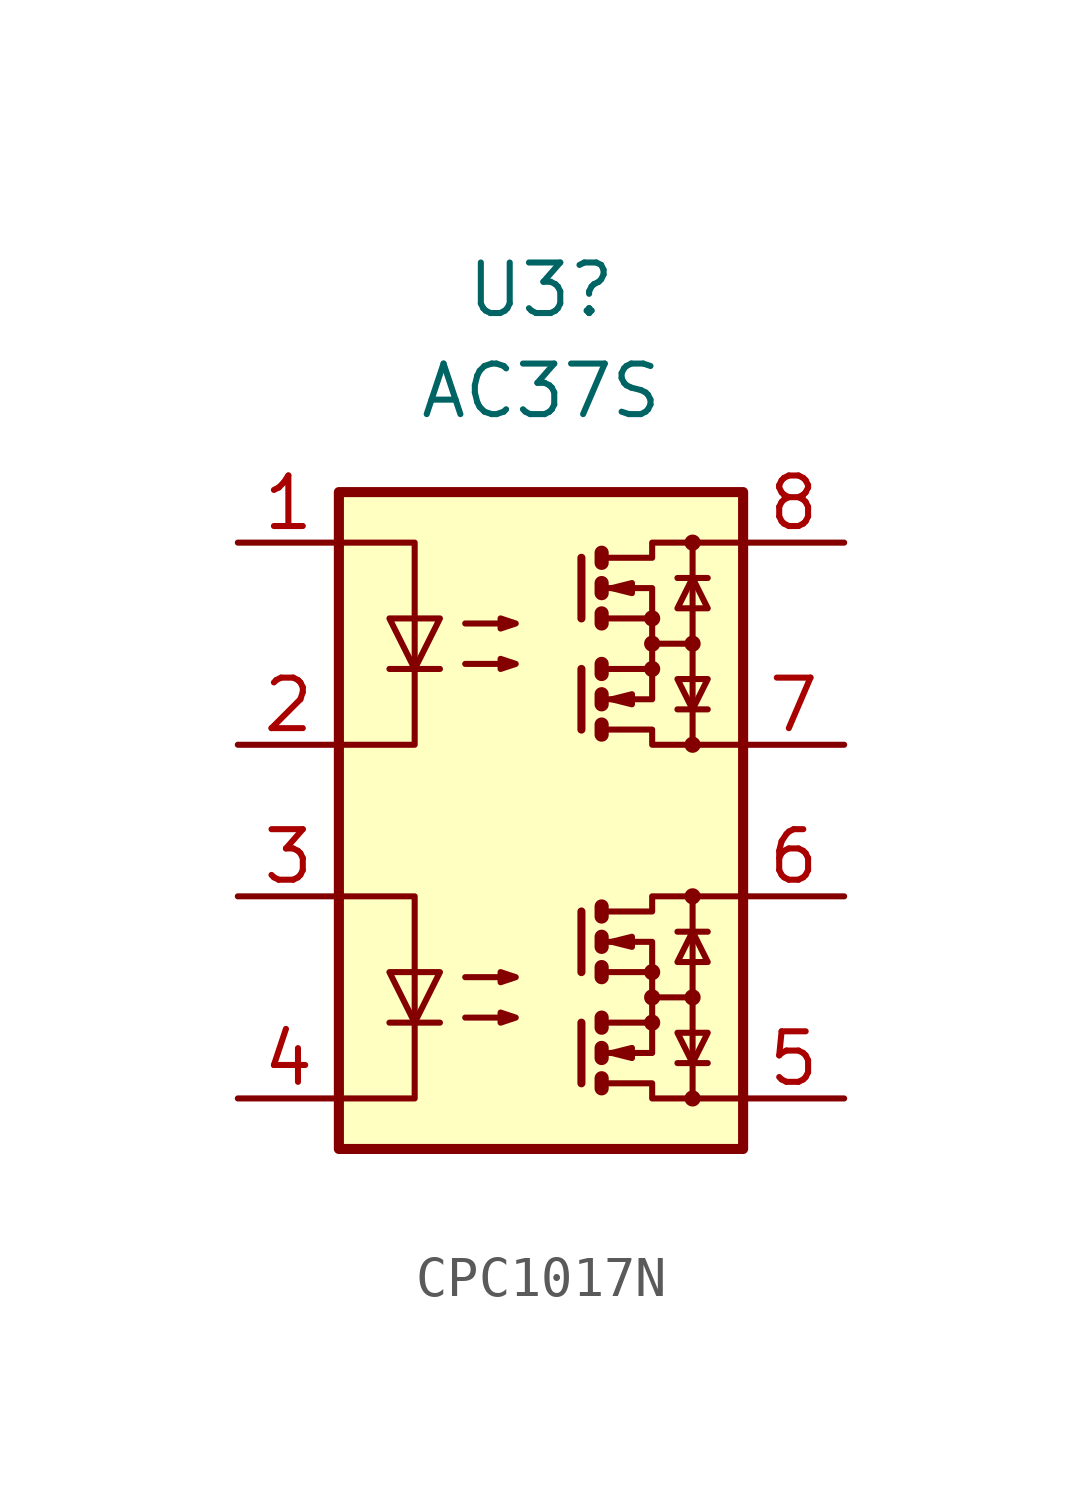
<source format=kicad_sym>
(kicad_symbol_lib
  (version 20231120)
  (generator "kicad_symbol_editor")
  (generator_version "8.0")
  (symbol "CPC1017N"
    (property "Reference" "U3"
      (at 0 8.89 0)
      (effects (font (size 1.27 1.27))))
    (property "Value" "AC37S"
      (at 0 6.35 0)
      (effects (font (size 1.27 1.27))))
    (symbol "CPC1017N_0_1"
      (rectangle (start -5.08 3.81) (end 5.08 -12.7) (stroke (width 0.254) (type default)) (fill (type background)))
      (polyline (pts (xy -3.81 -9.525) (xy -2.54 -9.525)) (stroke (width 0) (type default)) (fill (type none)))
      (polyline (pts (xy -3.81 -0.635) (xy -2.54 -0.635)) (stroke (width 0) (type default)) (fill (type none)))
      (polyline (pts (xy 1.016 -9.525) (xy 1.016 -11.049)) (stroke (width 0.203) (type default)) (fill (type none)))
      (polyline (pts (xy 1.016 -6.731) (xy 1.016 -8.255)) (stroke (width 0.203) (type default)) (fill (type none)))
      (polyline (pts (xy 1.016 -0.635) (xy 1.016 -2.159)) (stroke (width 0.203) (type default)) (fill (type none)))
      (polyline (pts (xy 1.016 2.159) (xy 1.016 0.635)) (stroke (width 0.203) (type default)) (fill (type none)))
      (polyline (pts (xy 1.524 -9.398) (xy 1.524 -9.652)) (stroke (width 0.356) (type default)) (fill (type none)))
      (polyline (pts (xy 1.524 -0.508) (xy 1.524 -0.762)) (stroke (width 0.356) (type default)) (fill (type none)))
      (polyline (pts (xy 2.794 -8.89) (xy 3.81 -8.89)) (stroke (width 0) (type default)) (fill (type none)))
      (polyline (pts (xy 2.794 0) (xy 3.81 0)) (stroke (width 0) (type default)) (fill (type none)))
      (polyline (pts (xy 3.429 -10.541) (xy 4.191 -10.541)) (stroke (width 0) (type default)) (fill (type none)))
      (polyline (pts (xy 3.429 -7.239) (xy 4.191 -7.239)) (stroke (width 0) (type default)) (fill (type none)))
      (polyline (pts (xy 3.429 -1.651) (xy 4.191 -1.651)) (stroke (width 0) (type default)) (fill (type none)))
      (polyline (pts (xy 3.429 1.651) (xy 4.191 1.651)) (stroke (width 0) (type default)) (fill (type none)))
      (polyline (pts (xy 3.81 -11.43) (xy 3.81 -6.35)) (stroke (width 0) (type default)) (fill (type none)))
      (polyline (pts (xy 3.81 -2.54) (xy 3.81 2.54)) (stroke (width 0) (type default)) (fill (type none)))
      (polyline (pts (xy 1.524 -10.922) (xy 1.524 -11.176) (xy 1.524 -11.176)) (stroke (width 0.356) (type default)) (fill (type none)))
      (polyline (pts (xy 1.524 -10.16) (xy 1.524 -10.414) (xy 1.524 -10.414)) (stroke (width 0.356) (type default)) (fill (type none)))
      (polyline (pts (xy 1.524 -8.128) (xy 1.524 -8.382) (xy 1.524 -8.382)) (stroke (width 0.356) (type default)) (fill (type none)))
      (polyline (pts (xy 1.524 -7.366) (xy 1.524 -7.62) (xy 1.524 -7.62)) (stroke (width 0.356) (type default)) (fill (type none)))
      (polyline (pts (xy 1.524 -6.604) (xy 1.524 -6.858) (xy 1.524 -6.858)) (stroke (width 0.356) (type default)) (fill (type none)))
      (polyline (pts (xy 1.524 -2.032) (xy 1.524 -2.286) (xy 1.524 -2.286)) (stroke (width 0.356) (type default)) (fill (type none)))
      (polyline (pts (xy 1.524 -1.27) (xy 1.524 -1.524) (xy 1.524 -1.524)) (stroke (width 0.356) (type default)) (fill (type none)))
      (polyline (pts (xy 1.524 0.762) (xy 1.524 0.508) (xy 1.524 0.508)) (stroke (width 0.356) (type default)) (fill (type none)))
      (polyline (pts (xy 1.524 1.524) (xy 1.524 1.27) (xy 1.524 1.27)) (stroke (width 0.356) (type default)) (fill (type none)))
      (polyline (pts (xy 1.524 2.286) (xy 1.524 2.032) (xy 1.524 2.032)) (stroke (width 0.356) (type default)) (fill (type none)))
      (polyline (pts (xy 1.651 -10.287) (xy 2.794 -10.287) (xy 2.794 -9.525)) (stroke (width 0) (type default)) (fill (type none)))
      (polyline (pts (xy 1.651 -7.493) (xy 2.794 -7.493) (xy 2.794 -8.255)) (stroke (width 0) (type default)) (fill (type none)))
      (polyline (pts (xy 1.651 -1.397) (xy 2.794 -1.397) (xy 2.794 -0.635)) (stroke (width 0) (type default)) (fill (type none)))
      (polyline (pts (xy 1.651 1.397) (xy 2.794 1.397) (xy 2.794 0.635)) (stroke (width 0) (type default)) (fill (type none)))
      (polyline (pts (xy -5.08 -6.35) (xy -3.175 -6.35) (xy -3.175 -11.43) (xy -5.08 -11.43)) (stroke (width 0) (type default)) (fill (type none)))
      (polyline (pts (xy -5.08 2.54) (xy -3.175 2.54) (xy -3.175 -2.54) (xy -5.08 -2.54)) (stroke (width 0) (type default)) (fill (type none)))
      (polyline (pts (xy -3.175 -9.525) (xy -3.81 -8.255) (xy -2.54 -8.255) (xy -3.175 -9.525)) (stroke (width 0) (type default)) (fill (type none)))
      (polyline (pts (xy -3.175 -0.635) (xy -3.81 0.635) (xy -2.54 0.635) (xy -3.175 -0.635)) (stroke (width 0) (type default)) (fill (type none)))
      (polyline (pts (xy 1.651 -11.049) (xy 2.794 -11.049) (xy 2.794 -11.43) (xy 5.08 -11.43)) (stroke (width 0) (type default)) (fill (type none)))
      (polyline (pts (xy 1.651 -9.525) (xy 2.794 -9.525) (xy 2.794 -8.255) (xy 1.651 -8.255)) (stroke (width 0) (type default)) (fill (type none)))
      (polyline (pts (xy 1.651 -6.731) (xy 2.794 -6.731) (xy 2.794 -6.35) (xy 5.08 -6.35)) (stroke (width 0) (type default)) (fill (type none)))
      (polyline (pts (xy 1.651 -2.159) (xy 2.794 -2.159) (xy 2.794 -2.54) (xy 5.08 -2.54)) (stroke (width 0) (type default)) (fill (type none)))
      (polyline (pts (xy 1.651 -0.635) (xy 2.794 -0.635) (xy 2.794 0.635) (xy 1.651 0.635)) (stroke (width 0) (type default)) (fill (type none)))
      (polyline (pts (xy 1.651 2.159) (xy 2.794 2.159) (xy 2.794 2.54) (xy 5.08 2.54)) (stroke (width 0) (type default)) (fill (type none)))
      (polyline (pts (xy 1.778 -10.287) (xy 2.286 -10.16) (xy 2.286 -10.414) (xy 1.778 -10.287)) (stroke (width 0) (type default)) (fill (type none)))
      (polyline (pts (xy 1.778 -7.493) (xy 2.286 -7.366) (xy 2.286 -7.62) (xy 1.778 -7.493)) (stroke (width 0) (type default)) (fill (type none)))
      (polyline (pts (xy 1.778 -1.397) (xy 2.286 -1.27) (xy 2.286 -1.524) (xy 1.778 -1.397)) (stroke (width 0) (type default)) (fill (type none)))
      (polyline (pts (xy 1.778 1.397) (xy 2.286 1.524) (xy 2.286 1.27) (xy 1.778 1.397)) (stroke (width 0) (type default)) (fill (type none)))
      (polyline (pts (xy 3.81 -10.541) (xy 3.429 -9.779) (xy 4.191 -9.779) (xy 3.81 -10.541)) (stroke (width 0) (type default)) (fill (type none)))
      (polyline (pts (xy 3.81 -7.239) (xy 3.429 -8.001) (xy 4.191 -8.001) (xy 3.81 -7.239)) (stroke (width 0) (type default)) (fill (type none)))
      (polyline (pts (xy 3.81 -1.651) (xy 3.429 -0.889) (xy 4.191 -0.889) (xy 3.81 -1.651)) (stroke (width 0) (type default)) (fill (type none)))
      (polyline (pts (xy 3.81 1.651) (xy 3.429 0.889) (xy 4.191 0.889) (xy 3.81 1.651)) (stroke (width 0) (type default)) (fill (type none)))
      (polyline (pts (xy -1.905 -9.398) (xy -0.635 -9.398) (xy -1.016 -9.525) (xy -1.016 -9.271) (xy -0.635 -9.398)) (stroke (width 0) (type default)) (fill (type none)))
      (polyline (pts (xy -1.905 -8.382) (xy -0.635 -8.382) (xy -1.016 -8.509) (xy -1.016 -8.255) (xy -0.635 -8.382)) (stroke (width 0) (type default)) (fill (type none)))
      (polyline (pts (xy -1.905 -0.508) (xy -0.635 -0.508) (xy -1.016 -0.635) (xy -1.016 -0.381) (xy -0.635 -0.508)) (stroke (width 0) (type default)) (fill (type none)))
      (polyline (pts (xy -1.905 0.508) (xy -0.635 0.508) (xy -1.016 0.381) (xy -1.016 0.635) (xy -0.635 0.508)) (stroke (width 0) (type default)) (fill (type none)))
      (circle (center 2.794 -9.525) (radius 0.127) (stroke (width 0) (type default)) (fill (type none)))
      (circle (center 2.794 -8.89) (radius 0.127) (stroke (width 0) (type default)) (fill (type none)))
      (circle (center 2.794 -8.255) (radius 0.127) (stroke (width 0) (type default)) (fill (type none)))
      (circle (center 2.794 -0.635) (radius 0.127) (stroke (width 0) (type default)) (fill (type none)))
      (circle (center 2.794 0) (radius 0.127) (stroke (width 0) (type default)) (fill (type none)))
      (circle (center 2.794 0.635) (radius 0.127) (stroke (width 0) (type default)) (fill (type none)))
      (circle (center 3.81 -11.43) (radius 0.127) (stroke (width 0) (type default)) (fill (type none)))
      (circle (center 3.81 -8.89) (radius 0.127) (stroke (width 0) (type default)) (fill (type none)))
      (circle (center 3.81 -6.35) (radius 0.127) (stroke (width 0) (type default)) (fill (type none)))
      (circle (center 3.81 -2.54) (radius 0.127) (stroke (width 0) (type default)) (fill (type none)))
      (circle (center 3.81 0) (radius 0.127) (stroke (width 0) (type default)) (fill (type none)))
      (circle (center 3.81 2.54) (radius 0.127) (stroke (width 0) (type default)) (fill (type none))))
    (symbol "CPC1017N_1_1"
      (pin passive line (at -7.62 2.54 0) (length 2.54) (name "~" (effects (font (size 1.27 1.27)))) (number "1" (effects (font (size 1.27 1.27)))))
      (pin passive line (at -7.62 -2.54 0) (length 2.54) (name "~" (effects (font (size 1.27 1.27)))) (number "2" (effects (font (size 1.27 1.27)))))
      (pin passive line (at -7.62 -6.35 0) (length 2.54) (name "~" (effects (font (size 1.27 1.27)))) (number "3" (effects (font (size 1.27 1.27)))))
      (pin passive line (at -7.62 -11.43 0) (length 2.54) (name "~" (effects (font (size 1.27 1.27)))) (number "4" (effects (font (size 1.27 1.27)))))
      (pin passive line (at 7.62 -11.43 180) (length 2.54) (name "~" (effects (font (size 1.27 1.27)))) (number "5" (effects (font (size 1.27 1.27)))))
      (pin passive line (at 7.62 -6.35 180) (length 2.54) (name "~" (effects (font (size 1.27 1.27)))) (number "6" (effects (font (size 1.27 1.27)))))
      (pin passive line (at 7.62 -2.54 180) (length 2.54) (name "~" (effects (font (size 1.27 1.27)))) (number "7" (effects (font (size 1.27 1.27)))))
      (pin passive line (at 7.62 2.54 180) (length 2.54) (name "~" (effects (font (size 1.27 1.27)))) (number "8" (effects (font (size 1.27 1.27))))))))
</source>
